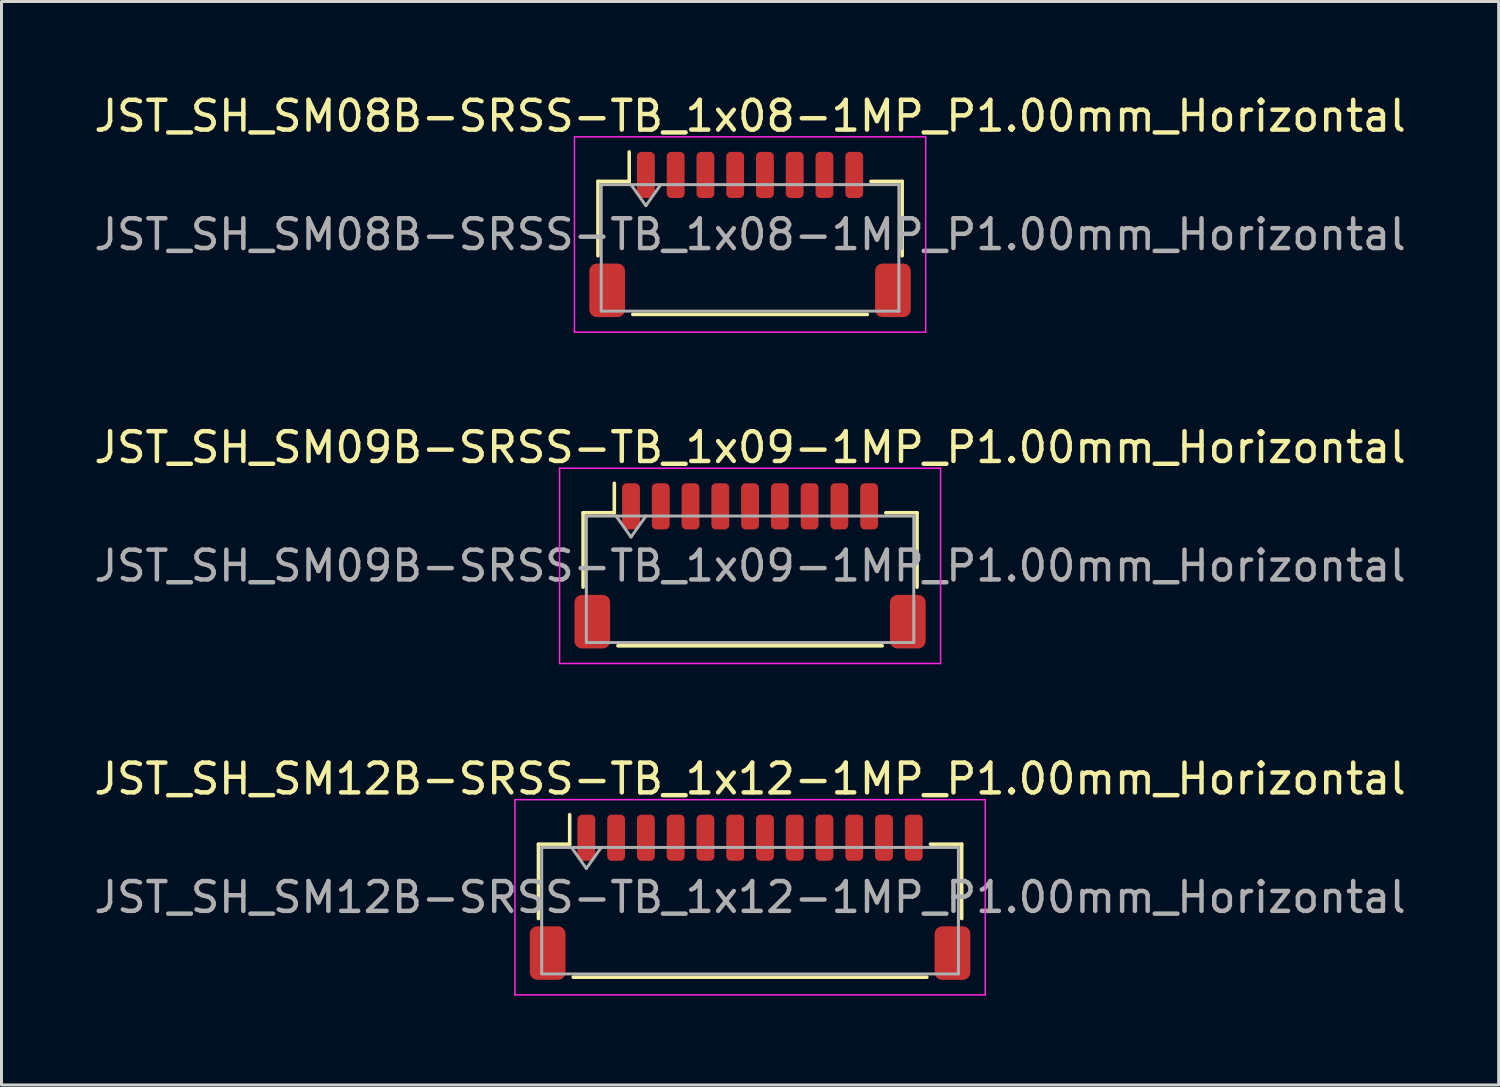
<source format=kicad_pcb>
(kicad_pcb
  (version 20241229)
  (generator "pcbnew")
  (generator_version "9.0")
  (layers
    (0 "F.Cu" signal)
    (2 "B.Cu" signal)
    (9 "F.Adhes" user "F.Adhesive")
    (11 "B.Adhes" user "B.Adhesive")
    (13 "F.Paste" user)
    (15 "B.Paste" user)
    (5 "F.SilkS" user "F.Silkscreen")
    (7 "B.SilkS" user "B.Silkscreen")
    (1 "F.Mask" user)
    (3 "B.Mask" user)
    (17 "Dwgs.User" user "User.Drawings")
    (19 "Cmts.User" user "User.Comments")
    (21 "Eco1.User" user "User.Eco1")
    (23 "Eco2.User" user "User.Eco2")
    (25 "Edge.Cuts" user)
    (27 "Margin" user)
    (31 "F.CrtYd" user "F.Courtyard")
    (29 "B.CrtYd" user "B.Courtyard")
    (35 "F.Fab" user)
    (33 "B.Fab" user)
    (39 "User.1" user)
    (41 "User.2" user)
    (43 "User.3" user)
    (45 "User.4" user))
  (footprint "JST_SH_SM08B-SRSS-TB_1x08-1MP_P1.00mm_Horizontal"
    (layer "F.Cu")
    (at 22.149 4.828)
    (property "Reference" "JST_SH_SM08B-SRSS-TB_1x08-1MP_P1.00mm_Horizontal" (at 0 -3.98 0) (layer "F.SilkS") (effects (font (size 1 1) (thickness 0.15))))
    (attr smd)
    (fp_line (start -5.11 -1.785) (end -4.06 -1.785) (stroke (width 0.12) (type solid)) (layer "F.SilkS"))
    (fp_line (start -5.11 0.715) (end -5.11 -1.785) (stroke (width 0.12) (type solid)) (layer "F.SilkS"))
    (fp_line (start -4.06 -1.785) (end -4.06 -2.775) (stroke (width 0.12) (type solid)) (layer "F.SilkS"))
    (fp_line (start -3.94 2.685) (end 3.94 2.685) (stroke (width 0.12) (type solid)) (layer "F.SilkS"))
    (fp_line (start 5.11 -1.785) (end 4.06 -1.785) (stroke (width 0.12) (type solid)) (layer "F.SilkS"))
    (fp_line (start 5.11 0.715) (end 5.11 -1.785) (stroke (width 0.12) (type solid)) (layer "F.SilkS"))
    (fp_line (start -5.9 -3.28) (end -5.9 3.28) (stroke (width 0.05) (type solid)) (layer "F.CrtYd"))
    (fp_line (start -5.9 3.28) (end 5.9 3.28) (stroke (width 0.05) (type solid)) (layer "F.CrtYd"))
    (fp_line (start 5.9 -3.28) (end -5.9 -3.28) (stroke (width 0.05) (type solid)) (layer "F.CrtYd"))
    (fp_line (start 5.9 3.28) (end 5.9 -3.28) (stroke (width 0.05) (type solid)) (layer "F.CrtYd"))
    (fp_line (start -5 -1.675) (end -5 2.575) (stroke (width 0.1) (type solid)) (layer "F.Fab"))
    (fp_line (start -5 -1.675) (end 5 -1.675) (stroke (width 0.1) (type solid)) (layer "F.Fab"))
    (fp_line (start -5 2.575) (end 5 2.575) (stroke (width 0.1) (type solid)) (layer "F.Fab"))
    (fp_line (start -4 -1.675) (end -3.5 -0.968) (stroke (width 0.1) (type solid)) (layer "F.Fab"))
    (fp_line (start -3.5 -0.968) (end -3 -1.675) (stroke (width 0.1) (type solid)) (layer "F.Fab"))
    (fp_line (start 5 -1.675) (end 5 2.575) (stroke (width 0.1) (type solid)) (layer "F.Fab"))
    (fp_text user "${REFERENCE}" (at 0 0 0) (layer "F.Fab") (effects (font (size 1 1) (thickness 0.15))))
    (pad "1" smd roundrect (at -3.5 -2) (size 0.6 1.55) (layers "F.Cu" "F.Mask" "F.Paste") (roundrect_rratio 0.25))
    (pad "2" smd roundrect (at -2.5 -2) (size 0.6 1.55) (layers "F.Cu" "F.Mask" "F.Paste") (roundrect_rratio 0.25))
    (pad "3" smd roundrect (at -1.5 -2) (size 0.6 1.55) (layers "F.Cu" "F.Mask" "F.Paste") (roundrect_rratio 0.25))
    (pad "4" smd roundrect (at -0.5 -2) (size 0.6 1.55) (layers "F.Cu" "F.Mask" "F.Paste") (roundrect_rratio 0.25))
    (pad "5" smd roundrect (at 0.5 -2) (size 0.6 1.55) (layers "F.Cu" "F.Mask" "F.Paste") (roundrect_rratio 0.25))
    (pad "6" smd roundrect (at 1.5 -2) (size 0.6 1.55) (layers "F.Cu" "F.Mask" "F.Paste") (roundrect_rratio 0.25))
    (pad "7" smd roundrect (at 2.5 -2) (size 0.6 1.55) (layers "F.Cu" "F.Mask" "F.Paste") (roundrect_rratio 0.25))
    (pad "8" smd roundrect (at 3.5 -2) (size 0.6 1.55) (layers "F.Cu" "F.Mask" "F.Paste") (roundrect_rratio 0.25))
    (pad "MP" smd roundrect (at -4.8 1.875) (size 1.2 1.8) (layers "F.Cu" "F.Mask" "F.Paste") (roundrect_rratio 0.208))
    (pad "MP" smd roundrect (at 4.8 1.875) (size 1.2 1.8) (layers "F.Cu" "F.Mask" "F.Paste") (roundrect_rratio 0.208)))
  (footprint "JST_SH_SM12B-SRSS-TB_1x12-1MP_P1.00mm_Horizontal"
    (layer "F.Cu")
    (at 22.149 27.095)
    (property "Reference" "JST_SH_SM12B-SRSS-TB_1x12-1MP_P1.00mm_Horizontal" (at 0 -3.98 0) (layer "F.SilkS") (effects (font (size 1 1) (thickness 0.15))))
    (attr smd)
    (fp_line (start -7.11 -1.785) (end -6.06 -1.785) (stroke (width 0.12) (type solid)) (layer "F.SilkS"))
    (fp_line (start -7.11 0.715) (end -7.11 -1.785) (stroke (width 0.12) (type solid)) (layer "F.SilkS"))
    (fp_line (start -6.06 -1.785) (end -6.06 -2.775) (stroke (width 0.12) (type solid)) (layer "F.SilkS"))
    (fp_line (start -5.94 2.685) (end 5.94 2.685) (stroke (width 0.12) (type solid)) (layer "F.SilkS"))
    (fp_line (start 7.11 -1.785) (end 6.06 -1.785) (stroke (width 0.12) (type solid)) (layer "F.SilkS"))
    (fp_line (start 7.11 0.715) (end 7.11 -1.785) (stroke (width 0.12) (type solid)) (layer "F.SilkS"))
    (fp_line (start -7.9 -3.28) (end -7.9 3.28) (stroke (width 0.05) (type solid)) (layer "F.CrtYd"))
    (fp_line (start -7.9 3.28) (end 7.9 3.28) (stroke (width 0.05) (type solid)) (layer "F.CrtYd"))
    (fp_line (start 7.9 -3.28) (end -7.9 -3.28) (stroke (width 0.05) (type solid)) (layer "F.CrtYd"))
    (fp_line (start 7.9 3.28) (end 7.9 -3.28) (stroke (width 0.05) (type solid)) (layer "F.CrtYd"))
    (fp_line (start -7 -1.675) (end -7 2.575) (stroke (width 0.1) (type solid)) (layer "F.Fab"))
    (fp_line (start -7 -1.675) (end 7 -1.675) (stroke (width 0.1) (type solid)) (layer "F.Fab"))
    (fp_line (start -7 2.575) (end 7 2.575) (stroke (width 0.1) (type solid)) (layer "F.Fab"))
    (fp_line (start -6 -1.675) (end -5.5 -0.968) (stroke (width 0.1) (type solid)) (layer "F.Fab"))
    (fp_line (start -5.5 -0.968) (end -5 -1.675) (stroke (width 0.1) (type solid)) (layer "F.Fab"))
    (fp_line (start 7 -1.675) (end 7 2.575) (stroke (width 0.1) (type solid)) (layer "F.Fab"))
    (fp_text user "${REFERENCE}" (at 0 0 0) (layer "F.Fab") (effects (font (size 1 1) (thickness 0.15))))
    (pad "1" smd roundrect (at -5.5 -2) (size 0.6 1.55) (layers "F.Cu" "F.Mask" "F.Paste") (roundrect_rratio 0.25))
    (pad "2" smd roundrect (at -4.5 -2) (size 0.6 1.55) (layers "F.Cu" "F.Mask" "F.Paste") (roundrect_rratio 0.25))
    (pad "3" smd roundrect (at -3.5 -2) (size 0.6 1.55) (layers "F.Cu" "F.Mask" "F.Paste") (roundrect_rratio 0.25))
    (pad "4" smd roundrect (at -2.5 -2) (size 0.6 1.55) (layers "F.Cu" "F.Mask" "F.Paste") (roundrect_rratio 0.25))
    (pad "5" smd roundrect (at -1.5 -2) (size 0.6 1.55) (layers "F.Cu" "F.Mask" "F.Paste") (roundrect_rratio 0.25))
    (pad "6" smd roundrect (at -0.5 -2) (size 0.6 1.55) (layers "F.Cu" "F.Mask" "F.Paste") (roundrect_rratio 0.25))
    (pad "7" smd roundrect (at 0.5 -2) (size 0.6 1.55) (layers "F.Cu" "F.Mask" "F.Paste") (roundrect_rratio 0.25))
    (pad "8" smd roundrect (at 1.5 -2) (size 0.6 1.55) (layers "F.Cu" "F.Mask" "F.Paste") (roundrect_rratio 0.25))
    (pad "9" smd roundrect (at 2.5 -2) (size 0.6 1.55) (layers "F.Cu" "F.Mask" "F.Paste") (roundrect_rratio 0.25))
    (pad "10" smd roundrect (at 3.5 -2) (size 0.6 1.55) (layers "F.Cu" "F.Mask" "F.Paste") (roundrect_rratio 0.25))
    (pad "11" smd roundrect (at 4.5 -2) (size 0.6 1.55) (layers "F.Cu" "F.Mask" "F.Paste") (roundrect_rratio 0.25))
    (pad "12" smd roundrect (at 5.5 -2) (size 0.6 1.55) (layers "F.Cu" "F.Mask" "F.Paste") (roundrect_rratio 0.25))
    (pad "MP" smd roundrect (at -6.8 1.875) (size 1.2 1.8) (layers "F.Cu" "F.Mask" "F.Paste") (roundrect_rratio 0.208))
    (pad "MP" smd roundrect (at 6.8 1.875) (size 1.2 1.8) (layers "F.Cu" "F.Mask" "F.Paste") (roundrect_rratio 0.208)))
  (footprint "JST_SH_SM09B-SRSS-TB_1x09-1MP_P1.00mm_Horizontal"
    (layer "F.Cu")
    (at 22.149 15.961)
    (property "Reference" "JST_SH_SM09B-SRSS-TB_1x09-1MP_P1.00mm_Horizontal" (at 0 -3.98 0) (layer "F.SilkS") (effects (font (size 1 1) (thickness 0.15))))
    (attr smd)
    (fp_line (start -5.61 -1.785) (end -4.56 -1.785) (stroke (width 0.12) (type solid)) (layer "F.SilkS"))
    (fp_line (start -5.61 0.715) (end -5.61 -1.785) (stroke (width 0.12) (type solid)) (layer "F.SilkS"))
    (fp_line (start -4.56 -1.785) (end -4.56 -2.775) (stroke (width 0.12) (type solid)) (layer "F.SilkS"))
    (fp_line (start -4.44 2.685) (end 4.44 2.685) (stroke (width 0.12) (type solid)) (layer "F.SilkS"))
    (fp_line (start 5.61 -1.785) (end 4.56 -1.785) (stroke (width 0.12) (type solid)) (layer "F.SilkS"))
    (fp_line (start 5.61 0.715) (end 5.61 -1.785) (stroke (width 0.12) (type solid)) (layer "F.SilkS"))
    (fp_line (start -6.4 -3.28) (end -6.4 3.28) (stroke (width 0.05) (type solid)) (layer "F.CrtYd"))
    (fp_line (start -6.4 3.28) (end 6.4 3.28) (stroke (width 0.05) (type solid)) (layer "F.CrtYd"))
    (fp_line (start 6.4 -3.28) (end -6.4 -3.28) (stroke (width 0.05) (type solid)) (layer "F.CrtYd"))
    (fp_line (start 6.4 3.28) (end 6.4 -3.28) (stroke (width 0.05) (type solid)) (layer "F.CrtYd"))
    (fp_line (start -5.5 -1.675) (end -5.5 2.575) (stroke (width 0.1) (type solid)) (layer "F.Fab"))
    (fp_line (start -5.5 -1.675) (end 5.5 -1.675) (stroke (width 0.1) (type solid)) (layer "F.Fab"))
    (fp_line (start -5.5 2.575) (end 5.5 2.575) (stroke (width 0.1) (type solid)) (layer "F.Fab"))
    (fp_line (start -4.5 -1.675) (end -4 -0.968) (stroke (width 0.1) (type solid)) (layer "F.Fab"))
    (fp_line (start -4 -0.968) (end -3.5 -1.675) (stroke (width 0.1) (type solid)) (layer "F.Fab"))
    (fp_line (start 5.5 -1.675) (end 5.5 2.575) (stroke (width 0.1) (type solid)) (layer "F.Fab"))
    (fp_text user "${REFERENCE}" (at 0 0 0) (layer "F.Fab") (effects (font (size 1 1) (thickness 0.15))))
    (pad "1" smd roundrect (at -4 -2) (size 0.6 1.55) (layers "F.Cu" "F.Mask" "F.Paste") (roundrect_rratio 0.25))
    (pad "2" smd roundrect (at -3 -2) (size 0.6 1.55) (layers "F.Cu" "F.Mask" "F.Paste") (roundrect_rratio 0.25))
    (pad "3" smd roundrect (at -2 -2) (size 0.6 1.55) (layers "F.Cu" "F.Mask" "F.Paste") (roundrect_rratio 0.25))
    (pad "4" smd roundrect (at -1 -2) (size 0.6 1.55) (layers "F.Cu" "F.Mask" "F.Paste") (roundrect_rratio 0.25))
    (pad "5" smd roundrect (at 0 -2) (size 0.6 1.55) (layers "F.Cu" "F.Mask" "F.Paste") (roundrect_rratio 0.25))
    (pad "6" smd roundrect (at 1 -2) (size 0.6 1.55) (layers "F.Cu" "F.Mask" "F.Paste") (roundrect_rratio 0.25))
    (pad "7" smd roundrect (at 2 -2) (size 0.6 1.55) (layers "F.Cu" "F.Mask" "F.Paste") (roundrect_rratio 0.25))
    (pad "8" smd roundrect (at 3 -2) (size 0.6 1.55) (layers "F.Cu" "F.Mask" "F.Paste") (roundrect_rratio 0.25))
    (pad "9" smd roundrect (at 4 -2) (size 0.6 1.55) (layers "F.Cu" "F.Mask" "F.Paste") (roundrect_rratio 0.25))
    (pad "MP" smd roundrect (at -5.3 1.875) (size 1.2 1.8) (layers "F.Cu" "F.Mask" "F.Paste") (roundrect_rratio 0.208))
    (pad "MP" smd roundrect (at 5.3 1.875) (size 1.2 1.8) (layers "F.Cu" "F.Mask" "F.Paste") (roundrect_rratio 0.208)))
  (gr_rect
    (start -3 -3)
    (end 47.298 33.4)
    (stroke (width 0.1) (type default))
    (fill no)
    (layer "Edge.Cuts")))
</source>
